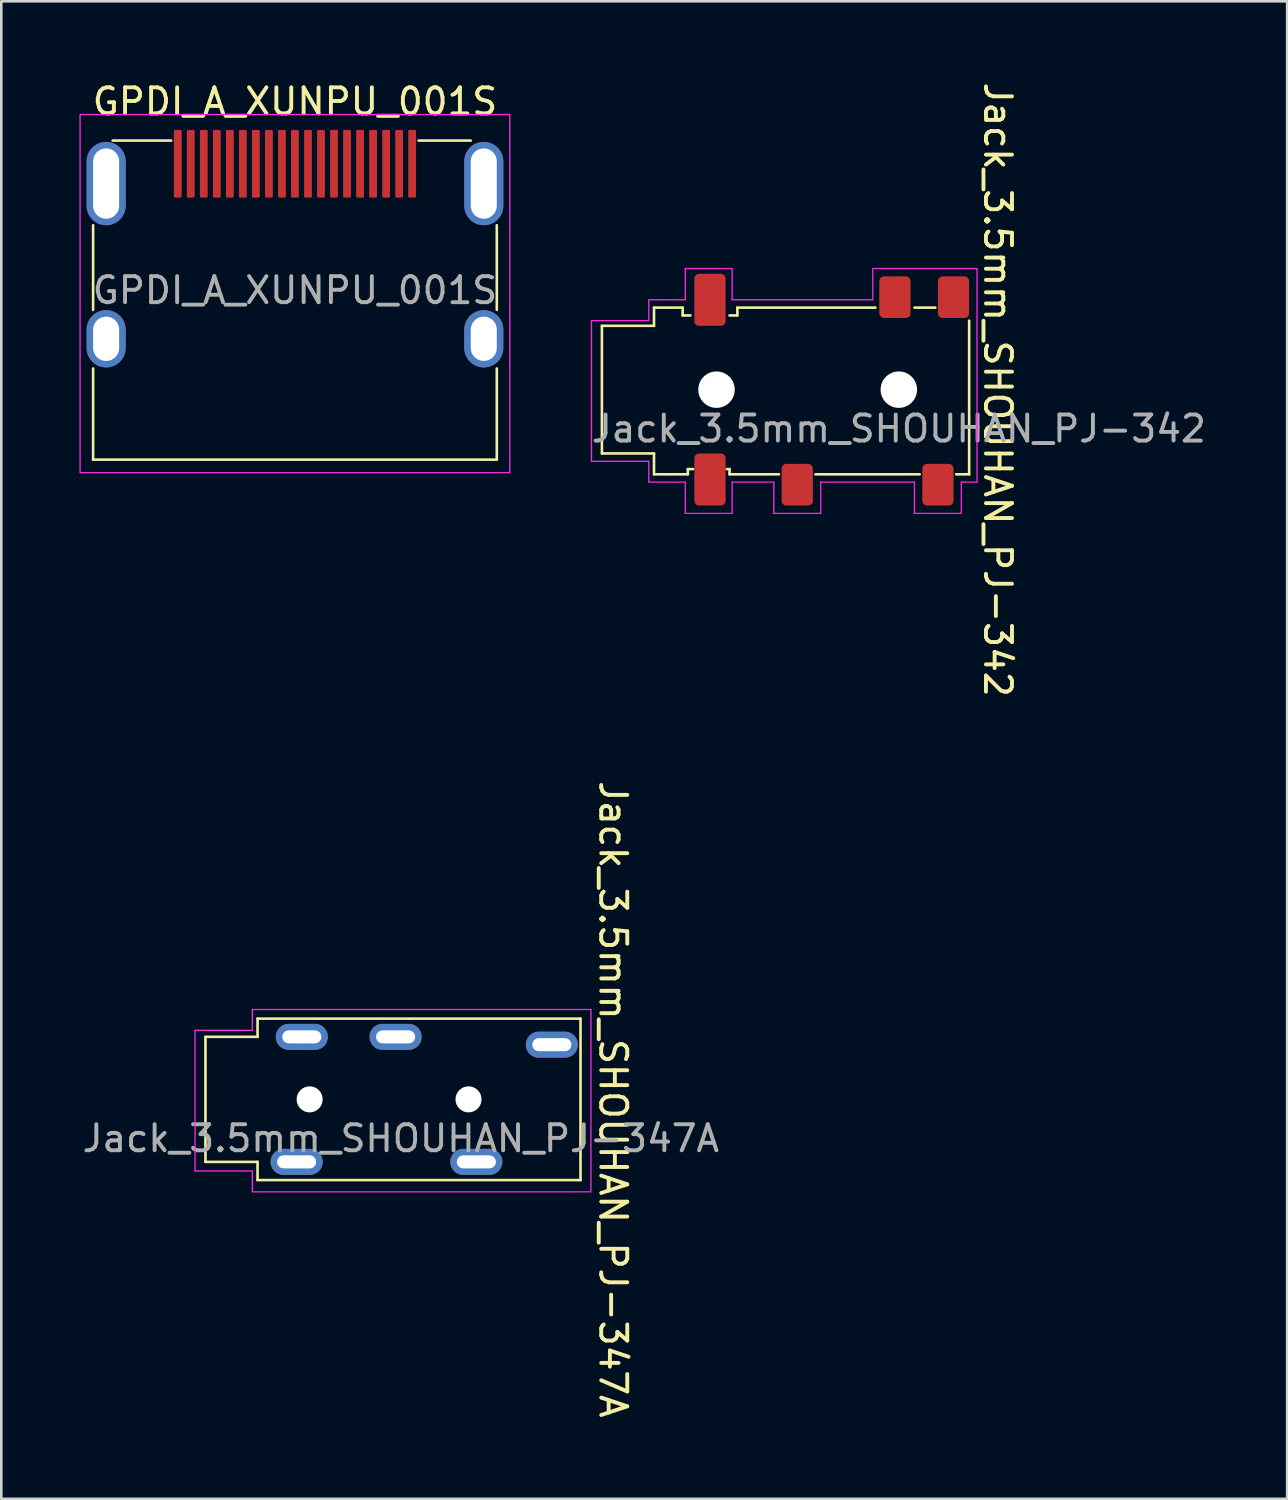
<source format=kicad_pcb>
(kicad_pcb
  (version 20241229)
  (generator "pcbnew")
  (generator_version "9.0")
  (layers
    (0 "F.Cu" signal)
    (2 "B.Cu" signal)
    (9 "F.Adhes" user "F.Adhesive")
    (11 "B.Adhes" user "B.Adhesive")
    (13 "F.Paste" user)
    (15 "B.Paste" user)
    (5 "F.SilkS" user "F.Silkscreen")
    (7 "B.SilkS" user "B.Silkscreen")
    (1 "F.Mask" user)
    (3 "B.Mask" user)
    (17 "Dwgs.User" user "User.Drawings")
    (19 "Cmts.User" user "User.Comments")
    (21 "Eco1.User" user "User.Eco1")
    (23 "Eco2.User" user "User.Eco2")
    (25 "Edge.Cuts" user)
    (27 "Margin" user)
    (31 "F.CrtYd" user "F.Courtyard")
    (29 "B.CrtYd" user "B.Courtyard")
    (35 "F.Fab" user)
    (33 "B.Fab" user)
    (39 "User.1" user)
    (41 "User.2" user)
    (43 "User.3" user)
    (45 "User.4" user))
  (footprint "Jack_3.5mm_SHOUHAN_PJ-342"
    (layer "F.Cu")
    (at 31.461 11.911)
    (property "Reference" "Jack_3.5mm_SHOUHAN_PJ-342" (at 3.8 0 270) (unlocked yes) (layer "F.SilkS") (effects (font (size 1 1) (thickness 0.15))))
    (attr smd)
    (fp_line (start -11.4 2.45) (end -11.4 -2.45) (stroke (width 0.1) (type solid)) (layer "F.SilkS"))
    (fp_line (start -9.4 -3.15) (end -9.4 -2.45) (stroke (width 0.1) (type default)) (layer "F.SilkS"))
    (fp_line (start -9.4 -2.45) (end -11.4 -2.45) (stroke (width 0.1) (type default)) (layer "F.SilkS"))
    (fp_line (start -9.4 2.45) (end -11.4 2.45) (stroke (width 0.1) (type default)) (layer "F.SilkS"))
    (fp_line (start -9.4 3.25) (end -9.4 2.45) (stroke (width 0.1) (type default)) (layer "F.SilkS"))
    (fp_line (start -8.3 -3.15) (end -9.4 -3.15) (stroke (width 0.1) (type default)) (layer "F.SilkS"))
    (fp_line (start -8.3 -2.85) (end -8.3 -3.15) (stroke (width 0.1) (type default)) (layer "F.SilkS"))
    (fp_line (start -8.1 3.05) (end -8.1 3.25) (stroke (width 0.1) (type default)) (layer "F.SilkS"))
    (fp_line (start -8.1 3.25) (end -9.4 3.25) (stroke (width 0.1) (type default)) (layer "F.SilkS"))
    (fp_line (start -8 -2.85) (end -8.3 -2.85) (stroke (width 0.1) (type default)) (layer "F.SilkS"))
    (fp_line (start -7.9 3.05) (end -8.1 3.05) (stroke (width 0.1) (type default)) (layer "F.SilkS"))
    (fp_line (start -6.5 3.05) (end -6.6 3.05) (stroke (width 0.1) (type default)) (layer "F.SilkS"))
    (fp_line (start -6.5 3.25) (end -6.5 3.05) (stroke (width 0.1) (type default)) (layer "F.SilkS"))
    (fp_line (start -6.2 -3.15) (end -6.2 -2.85) (stroke (width 0.1) (type default)) (layer "F.SilkS"))
    (fp_line (start -6.2 -2.85) (end -6.5 -2.85) (stroke (width 0.1) (type default)) (layer "F.SilkS"))
    (fp_line (start -4.6 3.25) (end -6.5 3.25) (stroke (width 0.1) (type default)) (layer "F.SilkS"))
    (fp_line (start -0.9 -3.15) (end -6.2 -3.15) (stroke (width 0.1) (type default)) (layer "F.SilkS"))
    (fp_line (start 0.8 3.25) (end -3.2 3.25) (stroke (width 0.1) (type default)) (layer "F.SilkS"))
    (fp_line (start 1.4 -3.15) (end 0.6 -3.15) (stroke (width 0.1) (type default)) (layer "F.SilkS"))
    (fp_line (start 2.7 -2.65) (end 2.7 3.25) (stroke (width 0.1) (type default)) (layer "F.SilkS"))
    (fp_line (start 2.7 3.25) (end 2.2 3.25) (stroke (width 0.1) (type default)) (layer "F.SilkS"))
    (fp_line (start -11.8 -2.65) (end -9.6 -2.65) (stroke (width 0.05) (type default)) (layer "F.CrtYd"))
    (fp_line (start -11.8 2.75) (end -11.8 -2.65) (stroke (width 0.05) (type default)) (layer "F.CrtYd"))
    (fp_line (start -9.6 -3.45) (end -8.2 -3.45) (stroke (width 0.05) (type default)) (layer "F.CrtYd"))
    (fp_line (start -9.6 -2.65) (end -9.6 -3.45) (stroke (width 0.05) (type default)) (layer "F.CrtYd"))
    (fp_line (start -9.6 2.75) (end -11.8 2.75) (stroke (width 0.05) (type default)) (layer "F.CrtYd"))
    (fp_line (start -9.6 3.55) (end -9.6 2.75) (stroke (width 0.05) (type default)) (layer "F.CrtYd"))
    (fp_line (start -8.2 -4.65) (end -6.4 -4.65) (stroke (width 0.05) (type default)) (layer "F.CrtYd"))
    (fp_line (start -8.2 -3.45) (end -8.2 -4.65) (stroke (width 0.05) (type default)) (layer "F.CrtYd"))
    (fp_line (start -8.2 3.55) (end -9.6 3.55) (stroke (width 0.05) (type default)) (layer "F.CrtYd"))
    (fp_line (start -8.2 4.75) (end -8.2 3.55) (stroke (width 0.05) (type default)) (layer "F.CrtYd"))
    (fp_line (start -6.4 -4.65) (end -6.4 -3.45) (stroke (width 0.05) (type default)) (layer "F.CrtYd"))
    (fp_line (start -6.4 -3.45) (end -1 -3.45) (stroke (width 0.05) (type default)) (layer "F.CrtYd"))
    (fp_line (start -6.4 3.55) (end -6.4 4.75) (stroke (width 0.05) (type default)) (layer "F.CrtYd"))
    (fp_line (start -6.4 4.75) (end -8.2 4.75) (stroke (width 0.05) (type default)) (layer "F.CrtYd"))
    (fp_line (start -4.8 3.55) (end -6.4 3.55) (stroke (width 0.05) (type default)) (layer "F.CrtYd"))
    (fp_line (start -4.8 4.75) (end -4.8 3.55) (stroke (width 0.05) (type default)) (layer "F.CrtYd"))
    (fp_line (start -3 3.55) (end -3 4.75) (stroke (width 0.05) (type default)) (layer "F.CrtYd"))
    (fp_line (start -3 4.75) (end -4.8 4.75) (stroke (width 0.05) (type default)) (layer "F.CrtYd"))
    (fp_line (start -1 -4.65) (end 3 -4.65) (stroke (width 0.05) (type default)) (layer "F.CrtYd"))
    (fp_line (start -1 -3.45) (end -1 -4.65) (stroke (width 0.05) (type default)) (layer "F.CrtYd"))
    (fp_line (start 0.6 3.55) (end -3 3.55) (stroke (width 0.05) (type default)) (layer "F.CrtYd"))
    (fp_line (start 0.6 4.75) (end 0.6 3.55) (stroke (width 0.05) (type default)) (layer "F.CrtYd"))
    (fp_line (start 2.4 3.55) (end 2.4 4.75) (stroke (width 0.05) (type default)) (layer "F.CrtYd"))
    (fp_line (start 2.4 4.75) (end 0.6 4.75) (stroke (width 0.05) (type default)) (layer "F.CrtYd"))
    (fp_line (start 3 -4.65) (end 3 3.55) (stroke (width 0.05) (type default)) (layer "F.CrtYd"))
    (fp_line (start 3 3.55) (end 2.4 3.55) (stroke (width 0.05) (type default)) (layer "F.CrtYd"))
    (fp_text user "${REFERENCE}" (at 0 1.5 0) (unlocked yes) (layer "F.Fab") (effects (font (size 1 1) (thickness 0.15))))
    (pad "" np_thru_hole circle (at -7 0) (size 1.4 1.4) (drill 1.4) (layers "*.Cu" "*.Mask"))
    (pad "" np_thru_hole circle (at 0 0) (size 1.4 1.4) (drill 1.4) (layers "*.Cu" "*.Mask"))
    (pad "1" smd roundrect (at -7.25 3.45) (size 1.2 2) (layers "F.Cu" "F.Mask" "F.Paste") (roundrect_rratio 0.15))
    (pad "2" smd roundrect (at -7.25 -3.45) (size 1.2 2) (layers "F.Cu" "F.Mask" "F.Paste") (roundrect_rratio 0.15))
    (pad "3" smd roundrect (at -3.9 3.65) (size 1.2 1.6) (layers "F.Cu" "F.Mask" "F.Paste") (roundrect_rratio 0.15))
    (pad "3" smd roundrect (at 1.5 3.65) (size 1.2 1.6) (layers "F.Cu" "F.Mask" "F.Paste") (roundrect_rratio 0.15))
    (pad "4" smd roundrect (at -0.15 -3.55) (size 1.2 1.6) (layers "F.Cu" "F.Mask" "F.Paste") (roundrect_rratio 0.15))
    (pad "4" smd roundrect (at 2.1 -3.55) (size 1.2 1.6) (layers "F.Cu" "F.Mask" "F.Paste") (roundrect_rratio 0.15)))
  (footprint "Jack_3.5mm_SHOUHAN_PJ-347A"
    (layer "F.Cu")
    (at 12.339 39.161)
    (property "Reference" "Jack_3.5mm_SHOUHAN_PJ-347A" (at 8.15 0 270) (unlocked yes) (layer "F.SilkS") (effects (font (size 1 1) (thickness 0.15))))
    (attr through_hole)
    (fp_line (start -7.5 2.4) (end -7.5 -2.4) (stroke (width 0.1) (type solid)) (layer "F.SilkS"))
    (fp_line (start -5.5 -2.4) (end -7.5 -2.4) (stroke (width 0.1) (type default)) (layer "F.SilkS"))
    (fp_line (start -5.5 -2.4) (end -5.5 -3.1) (stroke (width 0.1) (type default)) (layer "F.SilkS"))
    (fp_line (start -5.5 2.4) (end -7.5 2.4) (stroke (width 0.1) (type default)) (layer "F.SilkS"))
    (fp_line (start -5.5 3.1) (end -5.5 2.4) (stroke (width 0.1) (type default)) (layer "F.SilkS"))
    (fp_line (start -5.5 3.1) (end 6.9 3.1) (stroke (width 0.1) (type default)) (layer "F.SilkS"))
    (fp_line (start 6.9 -3.1) (end -5.5 -3.1) (stroke (width 0.1) (type default)) (layer "F.SilkS"))
    (fp_line (start 6.9 3.1) (end 6.9 -3.1) (stroke (width 0.1) (type default)) (layer "F.SilkS"))
    (fp_line (start -7.9 -2.65) (end -5.7 -2.65) (stroke (width 0.05) (type default)) (layer "F.CrtYd"))
    (fp_line (start -7.9 2.75) (end -7.9 -2.65) (stroke (width 0.05) (type default)) (layer "F.CrtYd"))
    (fp_line (start -5.7 -3.45) (end 7.3 -3.45) (stroke (width 0.05) (type default)) (layer "F.CrtYd"))
    (fp_line (start -5.7 -2.65) (end -5.7 -3.45) (stroke (width 0.05) (type default)) (layer "F.CrtYd"))
    (fp_line (start -5.7 2.75) (end -7.9 2.75) (stroke (width 0.05) (type default)) (layer "F.CrtYd"))
    (fp_line (start -5.7 3.55) (end -5.7 2.75) (stroke (width 0.05) (type default)) (layer "F.CrtYd"))
    (fp_line (start 7.3 3.5) (end 7.3 -3.45) (stroke (width 0.05) (type default)) (layer "F.CrtYd"))
    (fp_line (start 7.3 3.55) (end -5.7 3.55) (stroke (width 0.05) (type default)) (layer "F.CrtYd"))
    (fp_text user "${REFERENCE}" (at 0 1.5 0) (unlocked yes) (layer "F.Fab") (effects (font (size 1 1) (thickness 0.15))))
    (pad "" np_thru_hole circle (at -3.5 0) (size 1 1) (drill 1) (layers "*.Cu" "*.Mask"))
    (pad "" np_thru_hole circle (at 2.6 0) (size 1 1) (drill 1) (layers "*.Cu" "*.Mask"))
    (pad "1" thru_hole oval (at -4 2.4) (size 2 1) (drill oval 1.5 0.5) (layers "*.Cu" "*.Mask"))
    (pad "1" thru_hole oval (at -3.8 -2.4 180) (size 2 1) (drill oval 1.5 0.5) (layers "*.Cu" "*.Mask"))
    (pad "2" thru_hole oval (at -0.2 -2.4 180) (size 2 1) (drill oval 1.5 0.5) (layers "*.Cu" "*.Mask"))
    (pad "4" thru_hole oval (at 2.9 2.4) (size 2 1) (drill oval 1.5 0.5) (layers "*.Cu" "*.Mask"))
    (pad "5" thru_hole oval (at 5.8 -2.1 180) (size 2 1) (drill oval 1.5 0.5) (layers "*.Cu" "*.Mask")))
  (footprint "GPDI_A_XUNPU_001S"
    (layer "F.Cu")
    (at 8.275 6.598)
    (property "Reference" "GPDI_A_XUNPU_001S" (at 0 -5.75 0) (unlocked yes) (layer "F.SilkS") (effects (font (size 1 1) (thickness 0.15))))
    (attr smd)
    (fp_line (start -7.75 -1) (end -7.75 2.25) (stroke (width 0.1) (type default)) (layer "F.SilkS"))
    (fp_line (start -7.75 8) (end -7.75 4.5) (stroke (width 0.1) (type default)) (layer "F.SilkS"))
    (fp_line (start -7 -4.25) (end -4.75 -4.25) (stroke (width 0.1) (type default)) (layer "F.SilkS"))
    (fp_line (start 6.75 -4.25) (end 4.75 -4.25) (stroke (width 0.1) (type default)) (layer "F.SilkS"))
    (fp_line (start 7.75 -1) (end 7.75 2.25) (stroke (width 0.1) (type default)) (layer "F.SilkS"))
    (fp_line (start 7.75 8) (end -7.75 8) (stroke (width 0.1) (type default)) (layer "F.SilkS"))
    (fp_line (start 7.75 8) (end 7.75 4.5) (stroke (width 0.1) (type default)) (layer "F.SilkS"))
    (fp_rect (start -8.25 -5.25) (end 8.25 8.5) (stroke (width 0.05) (type default)) (fill no) (layer "F.CrtYd"))
    (fp_text user "${REFERENCE}" (at 0 1.5 0) (unlocked yes) (layer "F.Fab") (effects (font (size 1 1) (thickness 0.15))))
    (pad "1" smd roundrect (at 4.5 -3.36) (size 0.3 2.6) (layers "F.Cu" "F.Mask" "F.Paste") (roundrect_rratio 0.15))
    (pad "2" smd roundrect (at 4 -3.36) (size 0.3 2.6) (layers "F.Cu" "F.Mask" "F.Paste") (roundrect_rratio 0.15))
    (pad "3" smd roundrect (at 3.5 -3.36) (size 0.3 2.6) (layers "F.Cu" "F.Mask" "F.Paste") (roundrect_rratio 0.15))
    (pad "4" smd roundrect (at 3 -3.36) (size 0.3 2.6) (layers "F.Cu" "F.Mask" "F.Paste") (roundrect_rratio 0.15))
    (pad "5" smd roundrect (at 2.5 -3.36) (size 0.3 2.6) (layers "F.Cu" "F.Mask" "F.Paste") (roundrect_rratio 0.15))
    (pad "6" smd roundrect (at 2 -3.36) (size 0.3 2.6) (layers "F.Cu" "F.Mask" "F.Paste") (roundrect_rratio 0.15))
    (pad "7" smd roundrect (at 1.5 -3.36) (size 0.3 2.6) (layers "F.Cu" "F.Mask" "F.Paste") (roundrect_rratio 0.15))
    (pad "8" smd roundrect (at 1 -3.36) (size 0.3 2.6) (layers "F.Cu" "F.Mask" "F.Paste") (roundrect_rratio 0.15))
    (pad "9" smd roundrect (at 0.5 -3.36) (size 0.3 2.6) (layers "F.Cu" "F.Mask" "F.Paste") (roundrect_rratio 0.15))
    (pad "10" smd roundrect (at 0 -3.36) (size 0.3 2.6) (layers "F.Cu" "F.Mask" "F.Paste") (roundrect_rratio 0.15))
    (pad "11" smd roundrect (at -0.5 -3.36) (size 0.3 2.6) (layers "F.Cu" "F.Mask" "F.Paste") (roundrect_rratio 0.15))
    (pad "12" smd roundrect (at -1 -3.36) (size 0.3 2.6) (layers "F.Cu" "F.Mask" "F.Paste") (roundrect_rratio 0.15))
    (pad "13" smd roundrect (at -1.5 -3.36) (size 0.3 2.6) (layers "F.Cu" "F.Mask" "F.Paste") (roundrect_rratio 0.15))
    (pad "14" smd roundrect (at -2 -3.36) (size 0.3 2.6) (layers "F.Cu" "F.Mask" "F.Paste") (roundrect_rratio 0.15))
    (pad "15" smd roundrect (at -2.5 -3.36) (size 0.3 2.6) (layers "F.Cu" "F.Mask" "F.Paste") (roundrect_rratio 0.15))
    (pad "16" smd roundrect (at -3 -3.36) (size 0.3 2.6) (layers "F.Cu" "F.Mask" "F.Paste") (roundrect_rratio 0.15))
    (pad "17" smd roundrect (at -3.5 -3.36) (size 0.3 2.6) (layers "F.Cu" "F.Mask" "F.Paste") (roundrect_rratio 0.15))
    (pad "18" smd roundrect (at -4 -3.36) (size 0.3 2.6) (layers "F.Cu" "F.Mask" "F.Paste") (roundrect_rratio 0.15))
    (pad "19" smd roundrect (at -4.5 -3.36) (size 0.3 2.6) (layers "F.Cu" "F.Mask" "F.Paste") (roundrect_rratio 0.15))
    (pad "SH" thru_hole oval (at -7.25 -2.6) (size 1.5 3.2) (drill oval 1 2.7) (layers "*.Cu" "*.Mask"))
    (pad "SH" thru_hole oval (at -7.25 3.36) (size 1.5 2.2) (drill oval 1 1.7) (layers "*.Cu" "*.Mask"))
    (pad "SH" thru_hole oval (at 7.25 -2.6) (size 1.5 3.2) (drill oval 1 2.7) (layers "*.Cu" "*.Mask"))
    (pad "SH" thru_hole oval (at 7.25 3.36) (size 1.5 2.2) (drill oval 1 1.7) (layers "*.Cu" "*.Mask")))
  (gr_rect
    (start -3 -3)
    (end 46.371 54.5)
    (stroke (width 0.1) (type default))
    (fill no)
    (layer "Edge.Cuts")))
</source>
